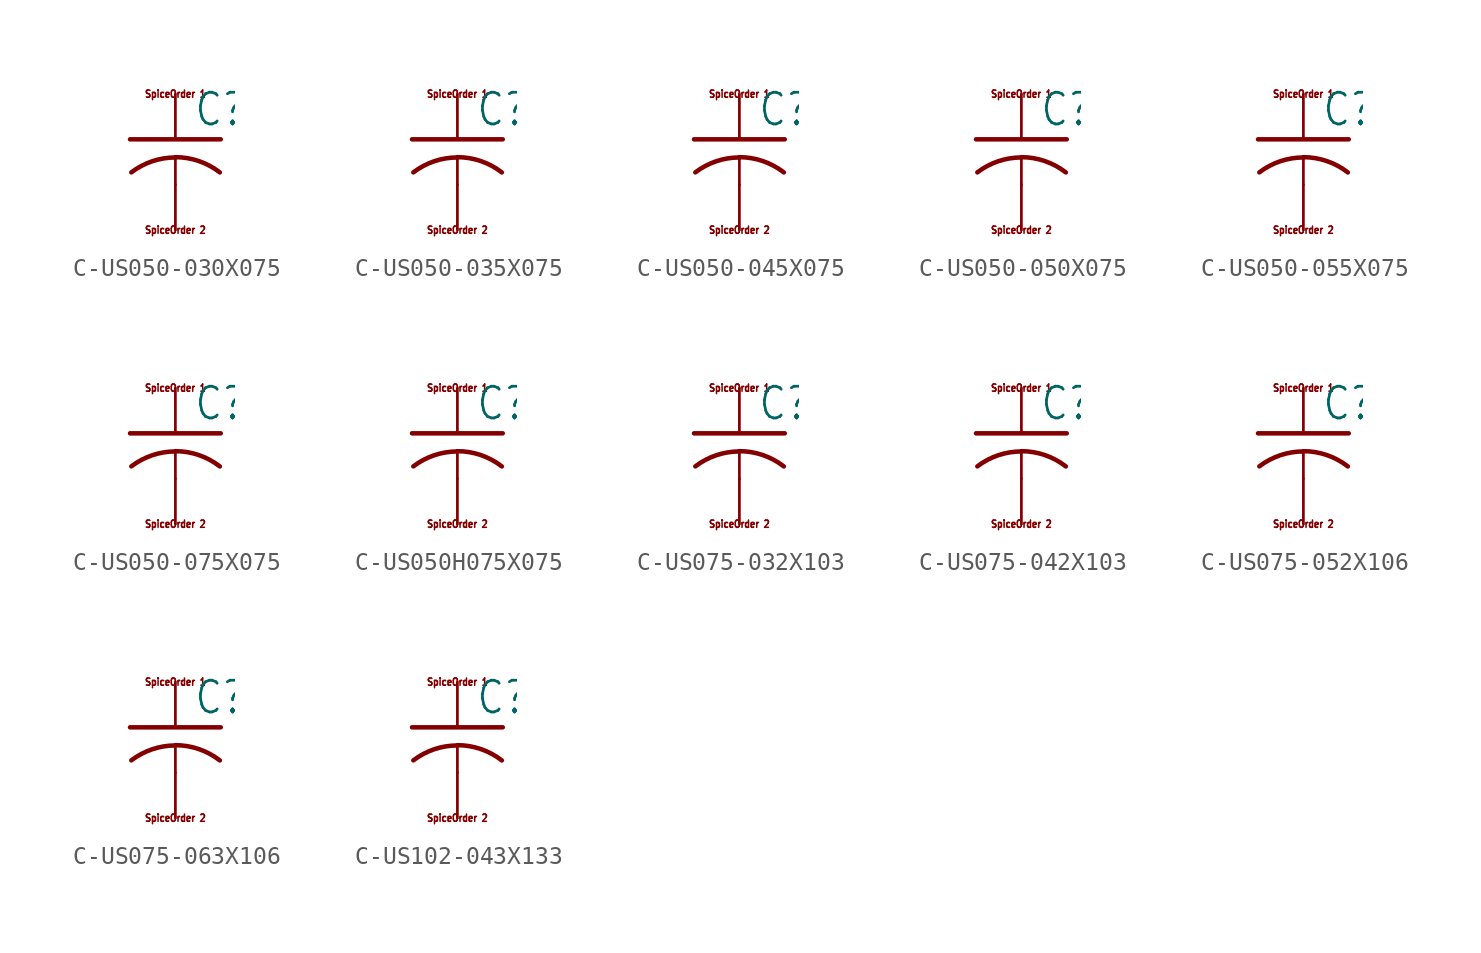
<source format=kicad_sym>
(kicad_symbol_lib
  (version 20220914)
  (generator kicad_symbol_editor)
  (symbol "C-US050-030X075"
    (property "Reference" "C"
      (at 1.016 0.635 0)
      (effects (font (size 1.778 1.511)) (justify left bottom)))
    (property "Value" ""
      (at 1.016 -4.191 0)
      (effects (font (size 1.778 1.511)) (justify left bottom)))
    (property "ki_locked" ""
      (at 0 0 0)
      (effects (font (size 1.27 1.27))))
    (symbol "C-US050-030X075_1_0"
      (arc (start 0 -1.0161) (mid -1.302 -1.2303) (end -2.4668 -1.8504) (stroke (width 0.254) (type solid)) (fill (type none)))
      (polyline (pts (xy -2.54 0) (xy 2.54 0)) (stroke (width 0.254) (type solid)) (fill (type none)))
      (polyline (pts (xy 0 -1.016) (xy 0 -2.54)) (stroke (width 0.152) (type solid)) (fill (type none)))
      (arc (start 2.4892 -1.8541) (mid 1.3158 -1.2194) (end 0 -1) (stroke (width 0.254) (type solid)) (fill (type none)))
      (text "SpiceOrder 1" (at 0 2.54 0) (effects (font (size 0.406 0.345))))
      (text "SpiceOrder 2" (at 0 -5.08 0) (effects (font (size 0.406 0.345))))
      (pin passive line (at 0 2.54 270) (length 2.54) (name "1" (effects (font (size 0 0)))) (number "1" (effects (font (size 0 0)))))
      (pin passive line (at 0 -5.08 90) (length 2.54) (name "2" (effects (font (size 0 0)))) (number "2" (effects (font (size 0 0)))))))
  (symbol "C-US050-035X075"
    (property "Reference" "C"
      (at 1.016 0.635 0)
      (effects (font (size 1.778 1.511)) (justify left bottom)))
    (property "Value" ""
      (at 1.016 -4.191 0)
      (effects (font (size 1.778 1.511)) (justify left bottom)))
    (property "ki_locked" ""
      (at 0 0 0)
      (effects (font (size 1.27 1.27))))
    (symbol "C-US050-035X075_1_0"
      (arc (start 0 -1.0161) (mid -1.302 -1.2303) (end -2.4668 -1.8504) (stroke (width 0.254) (type solid)) (fill (type none)))
      (polyline (pts (xy -2.54 0) (xy 2.54 0)) (stroke (width 0.254) (type solid)) (fill (type none)))
      (polyline (pts (xy 0 -1.016) (xy 0 -2.54)) (stroke (width 0.152) (type solid)) (fill (type none)))
      (arc (start 2.4892 -1.8541) (mid 1.3158 -1.2194) (end 0 -1) (stroke (width 0.254) (type solid)) (fill (type none)))
      (text "SpiceOrder 1" (at 0 2.54 0) (effects (font (size 0.406 0.345))))
      (text "SpiceOrder 2" (at 0 -5.08 0) (effects (font (size 0.406 0.345))))
      (pin passive line (at 0 2.54 270) (length 2.54) (name "1" (effects (font (size 0 0)))) (number "1" (effects (font (size 0 0)))))
      (pin passive line (at 0 -5.08 90) (length 2.54) (name "2" (effects (font (size 0 0)))) (number "2" (effects (font (size 0 0)))))))
  (symbol "C-US050-045X075"
    (property "Reference" "C"
      (at 1.016 0.635 0)
      (effects (font (size 1.778 1.511)) (justify left bottom)))
    (property "Value" ""
      (at 1.016 -4.191 0)
      (effects (font (size 1.778 1.511)) (justify left bottom)))
    (property "ki_locked" ""
      (at 0 0 0)
      (effects (font (size 1.27 1.27))))
    (symbol "C-US050-045X075_1_0"
      (arc (start 0 -1.0161) (mid -1.302 -1.2303) (end -2.4668 -1.8504) (stroke (width 0.254) (type solid)) (fill (type none)))
      (polyline (pts (xy -2.54 0) (xy 2.54 0)) (stroke (width 0.254) (type solid)) (fill (type none)))
      (polyline (pts (xy 0 -1.016) (xy 0 -2.54)) (stroke (width 0.152) (type solid)) (fill (type none)))
      (arc (start 2.4892 -1.8541) (mid 1.3158 -1.2194) (end 0 -1) (stroke (width 0.254) (type solid)) (fill (type none)))
      (text "SpiceOrder 1" (at 0 2.54 0) (effects (font (size 0.406 0.345))))
      (text "SpiceOrder 2" (at 0 -5.08 0) (effects (font (size 0.406 0.345))))
      (pin passive line (at 0 2.54 270) (length 2.54) (name "1" (effects (font (size 0 0)))) (number "1" (effects (font (size 0 0)))))
      (pin passive line (at 0 -5.08 90) (length 2.54) (name "2" (effects (font (size 0 0)))) (number "2" (effects (font (size 0 0)))))))
  (symbol "C-US050-050X075"
    (property "Reference" "C"
      (at 1.016 0.635 0)
      (effects (font (size 1.778 1.511)) (justify left bottom)))
    (property "Value" ""
      (at 1.016 -4.191 0)
      (effects (font (size 1.778 1.511)) (justify left bottom)))
    (property "ki_locked" ""
      (at 0 0 0)
      (effects (font (size 1.27 1.27))))
    (symbol "C-US050-050X075_1_0"
      (arc (start 0 -1.0161) (mid -1.302 -1.2303) (end -2.4668 -1.8504) (stroke (width 0.254) (type solid)) (fill (type none)))
      (polyline (pts (xy -2.54 0) (xy 2.54 0)) (stroke (width 0.254) (type solid)) (fill (type none)))
      (polyline (pts (xy 0 -1.016) (xy 0 -2.54)) (stroke (width 0.152) (type solid)) (fill (type none)))
      (arc (start 2.4892 -1.8541) (mid 1.3158 -1.2194) (end 0 -1) (stroke (width 0.254) (type solid)) (fill (type none)))
      (text "SpiceOrder 1" (at 0 2.54 0) (effects (font (size 0.406 0.345))))
      (text "SpiceOrder 2" (at 0 -5.08 0) (effects (font (size 0.406 0.345))))
      (pin passive line (at 0 2.54 270) (length 2.54) (name "1" (effects (font (size 0 0)))) (number "1" (effects (font (size 0 0)))))
      (pin passive line (at 0 -5.08 90) (length 2.54) (name "2" (effects (font (size 0 0)))) (number "2" (effects (font (size 0 0)))))))
  (symbol "C-US050-055X075"
    (property "Reference" "C"
      (at 1.016 0.635 0)
      (effects (font (size 1.778 1.511)) (justify left bottom)))
    (property "Value" ""
      (at 1.016 -4.191 0)
      (effects (font (size 1.778 1.511)) (justify left bottom)))
    (property "ki_locked" ""
      (at 0 0 0)
      (effects (font (size 1.27 1.27))))
    (symbol "C-US050-055X075_1_0"
      (arc (start 0 -1.0161) (mid -1.302 -1.2303) (end -2.4668 -1.8504) (stroke (width 0.254) (type solid)) (fill (type none)))
      (polyline (pts (xy -2.54 0) (xy 2.54 0)) (stroke (width 0.254) (type solid)) (fill (type none)))
      (polyline (pts (xy 0 -1.016) (xy 0 -2.54)) (stroke (width 0.152) (type solid)) (fill (type none)))
      (arc (start 2.4892 -1.8541) (mid 1.3158 -1.2194) (end 0 -1) (stroke (width 0.254) (type solid)) (fill (type none)))
      (text "SpiceOrder 1" (at 0 2.54 0) (effects (font (size 0.406 0.345))))
      (text "SpiceOrder 2" (at 0 -5.08 0) (effects (font (size 0.406 0.345))))
      (pin passive line (at 0 2.54 270) (length 2.54) (name "1" (effects (font (size 0 0)))) (number "1" (effects (font (size 0 0)))))
      (pin passive line (at 0 -5.08 90) (length 2.54) (name "2" (effects (font (size 0 0)))) (number "2" (effects (font (size 0 0)))))))
  (symbol "C-US050-075X075"
    (property "Reference" "C"
      (at 1.016 0.635 0)
      (effects (font (size 1.778 1.511)) (justify left bottom)))
    (property "Value" ""
      (at 1.016 -4.191 0)
      (effects (font (size 1.778 1.511)) (justify left bottom)))
    (property "ki_locked" ""
      (at 0 0 0)
      (effects (font (size 1.27 1.27))))
    (symbol "C-US050-075X075_1_0"
      (arc (start 0 -1.0161) (mid -1.302 -1.2303) (end -2.4668 -1.8504) (stroke (width 0.254) (type solid)) (fill (type none)))
      (polyline (pts (xy -2.54 0) (xy 2.54 0)) (stroke (width 0.254) (type solid)) (fill (type none)))
      (polyline (pts (xy 0 -1.016) (xy 0 -2.54)) (stroke (width 0.152) (type solid)) (fill (type none)))
      (arc (start 2.4892 -1.8541) (mid 1.3158 -1.2194) (end 0 -1) (stroke (width 0.254) (type solid)) (fill (type none)))
      (text "SpiceOrder 1" (at 0 2.54 0) (effects (font (size 0.406 0.345))))
      (text "SpiceOrder 2" (at 0 -5.08 0) (effects (font (size 0.406 0.345))))
      (pin passive line (at 0 2.54 270) (length 2.54) (name "1" (effects (font (size 0 0)))) (number "1" (effects (font (size 0 0)))))
      (pin passive line (at 0 -5.08 90) (length 2.54) (name "2" (effects (font (size 0 0)))) (number "2" (effects (font (size 0 0)))))))
  (symbol "C-US050H075X075"
    (property "Reference" "C"
      (at 1.016 0.635 0)
      (effects (font (size 1.778 1.511)) (justify left bottom)))
    (property "Value" ""
      (at 1.016 -4.191 0)
      (effects (font (size 1.778 1.511)) (justify left bottom)))
    (property "ki_locked" ""
      (at 0 0 0)
      (effects (font (size 1.27 1.27))))
    (symbol "C-US050H075X075_1_0"
      (arc (start 0 -1.0161) (mid -1.302 -1.2303) (end -2.4668 -1.8504) (stroke (width 0.254) (type solid)) (fill (type none)))
      (polyline (pts (xy -2.54 0) (xy 2.54 0)) (stroke (width 0.254) (type solid)) (fill (type none)))
      (polyline (pts (xy 0 -1.016) (xy 0 -2.54)) (stroke (width 0.152) (type solid)) (fill (type none)))
      (arc (start 2.4892 -1.8541) (mid 1.3158 -1.2194) (end 0 -1) (stroke (width 0.254) (type solid)) (fill (type none)))
      (text "SpiceOrder 1" (at 0 2.54 0) (effects (font (size 0.406 0.345))))
      (text "SpiceOrder 2" (at 0 -5.08 0) (effects (font (size 0.406 0.345))))
      (pin passive line (at 0 2.54 270) (length 2.54) (name "1" (effects (font (size 0 0)))) (number "1" (effects (font (size 0 0)))))
      (pin passive line (at 0 -5.08 90) (length 2.54) (name "2" (effects (font (size 0 0)))) (number "2" (effects (font (size 0 0)))))))
  (symbol "C-US075-032X103"
    (property "Reference" "C"
      (at 1.016 0.635 0)
      (effects (font (size 1.778 1.511)) (justify left bottom)))
    (property "Value" ""
      (at 1.016 -4.191 0)
      (effects (font (size 1.778 1.511)) (justify left bottom)))
    (property "ki_locked" ""
      (at 0 0 0)
      (effects (font (size 1.27 1.27))))
    (symbol "C-US075-032X103_1_0"
      (arc (start 0 -1.0161) (mid -1.302 -1.2303) (end -2.4668 -1.8504) (stroke (width 0.254) (type solid)) (fill (type none)))
      (polyline (pts (xy -2.54 0) (xy 2.54 0)) (stroke (width 0.254) (type solid)) (fill (type none)))
      (polyline (pts (xy 0 -1.016) (xy 0 -2.54)) (stroke (width 0.152) (type solid)) (fill (type none)))
      (arc (start 2.4892 -1.8541) (mid 1.3158 -1.2194) (end 0 -1) (stroke (width 0.254) (type solid)) (fill (type none)))
      (text "SpiceOrder 1" (at 0 2.54 0) (effects (font (size 0.406 0.345))))
      (text "SpiceOrder 2" (at 0 -5.08 0) (effects (font (size 0.406 0.345))))
      (pin passive line (at 0 2.54 270) (length 2.54) (name "1" (effects (font (size 0 0)))) (number "1" (effects (font (size 0 0)))))
      (pin passive line (at 0 -5.08 90) (length 2.54) (name "2" (effects (font (size 0 0)))) (number "2" (effects (font (size 0 0)))))))
  (symbol "C-US075-042X103"
    (property "Reference" "C"
      (at 1.016 0.635 0)
      (effects (font (size 1.778 1.511)) (justify left bottom)))
    (property "Value" ""
      (at 1.016 -4.191 0)
      (effects (font (size 1.778 1.511)) (justify left bottom)))
    (property "ki_locked" ""
      (at 0 0 0)
      (effects (font (size 1.27 1.27))))
    (symbol "C-US075-042X103_1_0"
      (arc (start 0 -1.0161) (mid -1.302 -1.2303) (end -2.4668 -1.8504) (stroke (width 0.254) (type solid)) (fill (type none)))
      (polyline (pts (xy -2.54 0) (xy 2.54 0)) (stroke (width 0.254) (type solid)) (fill (type none)))
      (polyline (pts (xy 0 -1.016) (xy 0 -2.54)) (stroke (width 0.152) (type solid)) (fill (type none)))
      (arc (start 2.4892 -1.8541) (mid 1.3158 -1.2194) (end 0 -1) (stroke (width 0.254) (type solid)) (fill (type none)))
      (text "SpiceOrder 1" (at 0 2.54 0) (effects (font (size 0.406 0.345))))
      (text "SpiceOrder 2" (at 0 -5.08 0) (effects (font (size 0.406 0.345))))
      (pin passive line (at 0 2.54 270) (length 2.54) (name "1" (effects (font (size 0 0)))) (number "1" (effects (font (size 0 0)))))
      (pin passive line (at 0 -5.08 90) (length 2.54) (name "2" (effects (font (size 0 0)))) (number "2" (effects (font (size 0 0)))))))
  (symbol "C-US075-052X106"
    (property "Reference" "C"
      (at 1.016 0.635 0)
      (effects (font (size 1.778 1.511)) (justify left bottom)))
    (property "Value" ""
      (at 1.016 -4.191 0)
      (effects (font (size 1.778 1.511)) (justify left bottom)))
    (property "ki_locked" ""
      (at 0 0 0)
      (effects (font (size 1.27 1.27))))
    (symbol "C-US075-052X106_1_0"
      (arc (start 0 -1.0161) (mid -1.302 -1.2303) (end -2.4668 -1.8504) (stroke (width 0.254) (type solid)) (fill (type none)))
      (polyline (pts (xy -2.54 0) (xy 2.54 0)) (stroke (width 0.254) (type solid)) (fill (type none)))
      (polyline (pts (xy 0 -1.016) (xy 0 -2.54)) (stroke (width 0.152) (type solid)) (fill (type none)))
      (arc (start 2.4892 -1.8541) (mid 1.3158 -1.2194) (end 0 -1) (stroke (width 0.254) (type solid)) (fill (type none)))
      (text "SpiceOrder 1" (at 0 2.54 0) (effects (font (size 0.406 0.345))))
      (text "SpiceOrder 2" (at 0 -5.08 0) (effects (font (size 0.406 0.345))))
      (pin passive line (at 0 2.54 270) (length 2.54) (name "1" (effects (font (size 0 0)))) (number "1" (effects (font (size 0 0)))))
      (pin passive line (at 0 -5.08 90) (length 2.54) (name "2" (effects (font (size 0 0)))) (number "2" (effects (font (size 0 0)))))))
  (symbol "C-US075-063X106"
    (property "Reference" "C"
      (at 1.016 0.635 0)
      (effects (font (size 1.778 1.511)) (justify left bottom)))
    (property "Value" ""
      (at 1.016 -4.191 0)
      (effects (font (size 1.778 1.511)) (justify left bottom)))
    (property "ki_locked" ""
      (at 0 0 0)
      (effects (font (size 1.27 1.27))))
    (symbol "C-US075-063X106_1_0"
      (arc (start 0 -1.0161) (mid -1.302 -1.2303) (end -2.4668 -1.8504) (stroke (width 0.254) (type solid)) (fill (type none)))
      (polyline (pts (xy -2.54 0) (xy 2.54 0)) (stroke (width 0.254) (type solid)) (fill (type none)))
      (polyline (pts (xy 0 -1.016) (xy 0 -2.54)) (stroke (width 0.152) (type solid)) (fill (type none)))
      (arc (start 2.4892 -1.8541) (mid 1.3158 -1.2194) (end 0 -1) (stroke (width 0.254) (type solid)) (fill (type none)))
      (text "SpiceOrder 1" (at 0 2.54 0) (effects (font (size 0.406 0.345))))
      (text "SpiceOrder 2" (at 0 -5.08 0) (effects (font (size 0.406 0.345))))
      (pin passive line (at 0 2.54 270) (length 2.54) (name "1" (effects (font (size 0 0)))) (number "1" (effects (font (size 0 0)))))
      (pin passive line (at 0 -5.08 90) (length 2.54) (name "2" (effects (font (size 0 0)))) (number "2" (effects (font (size 0 0)))))))
  (symbol "C-US102-043X133"
    (property "Reference" "C"
      (at 1.016 0.635 0)
      (effects (font (size 1.778 1.511)) (justify left bottom)))
    (property "Value" ""
      (at 1.016 -4.191 0)
      (effects (font (size 1.778 1.511)) (justify left bottom)))
    (property "ki_locked" ""
      (at 0 0 0)
      (effects (font (size 1.27 1.27))))
    (symbol "C-US102-043X133_1_0"
      (arc (start 0 -1.0161) (mid -1.302 -1.2303) (end -2.4668 -1.8504) (stroke (width 0.254) (type solid)) (fill (type none)))
      (polyline (pts (xy -2.54 0) (xy 2.54 0)) (stroke (width 0.254) (type solid)) (fill (type none)))
      (polyline (pts (xy 0 -1.016) (xy 0 -2.54)) (stroke (width 0.152) (type solid)) (fill (type none)))
      (arc (start 2.4892 -1.8541) (mid 1.3158 -1.2194) (end 0 -1) (stroke (width 0.254) (type solid)) (fill (type none)))
      (text "SpiceOrder 1" (at 0 2.54 0) (effects (font (size 0.406 0.345))))
      (text "SpiceOrder 2" (at 0 -5.08 0) (effects (font (size 0.406 0.345))))
      (pin passive line (at 0 2.54 270) (length 2.54) (name "1" (effects (font (size 0 0)))) (number "1" (effects (font (size 0 0)))))
      (pin passive line (at 0 -5.08 90) (length 2.54) (name "2" (effects (font (size 0 0)))) (number "2" (effects (font (size 0 0))))))))
</source>
